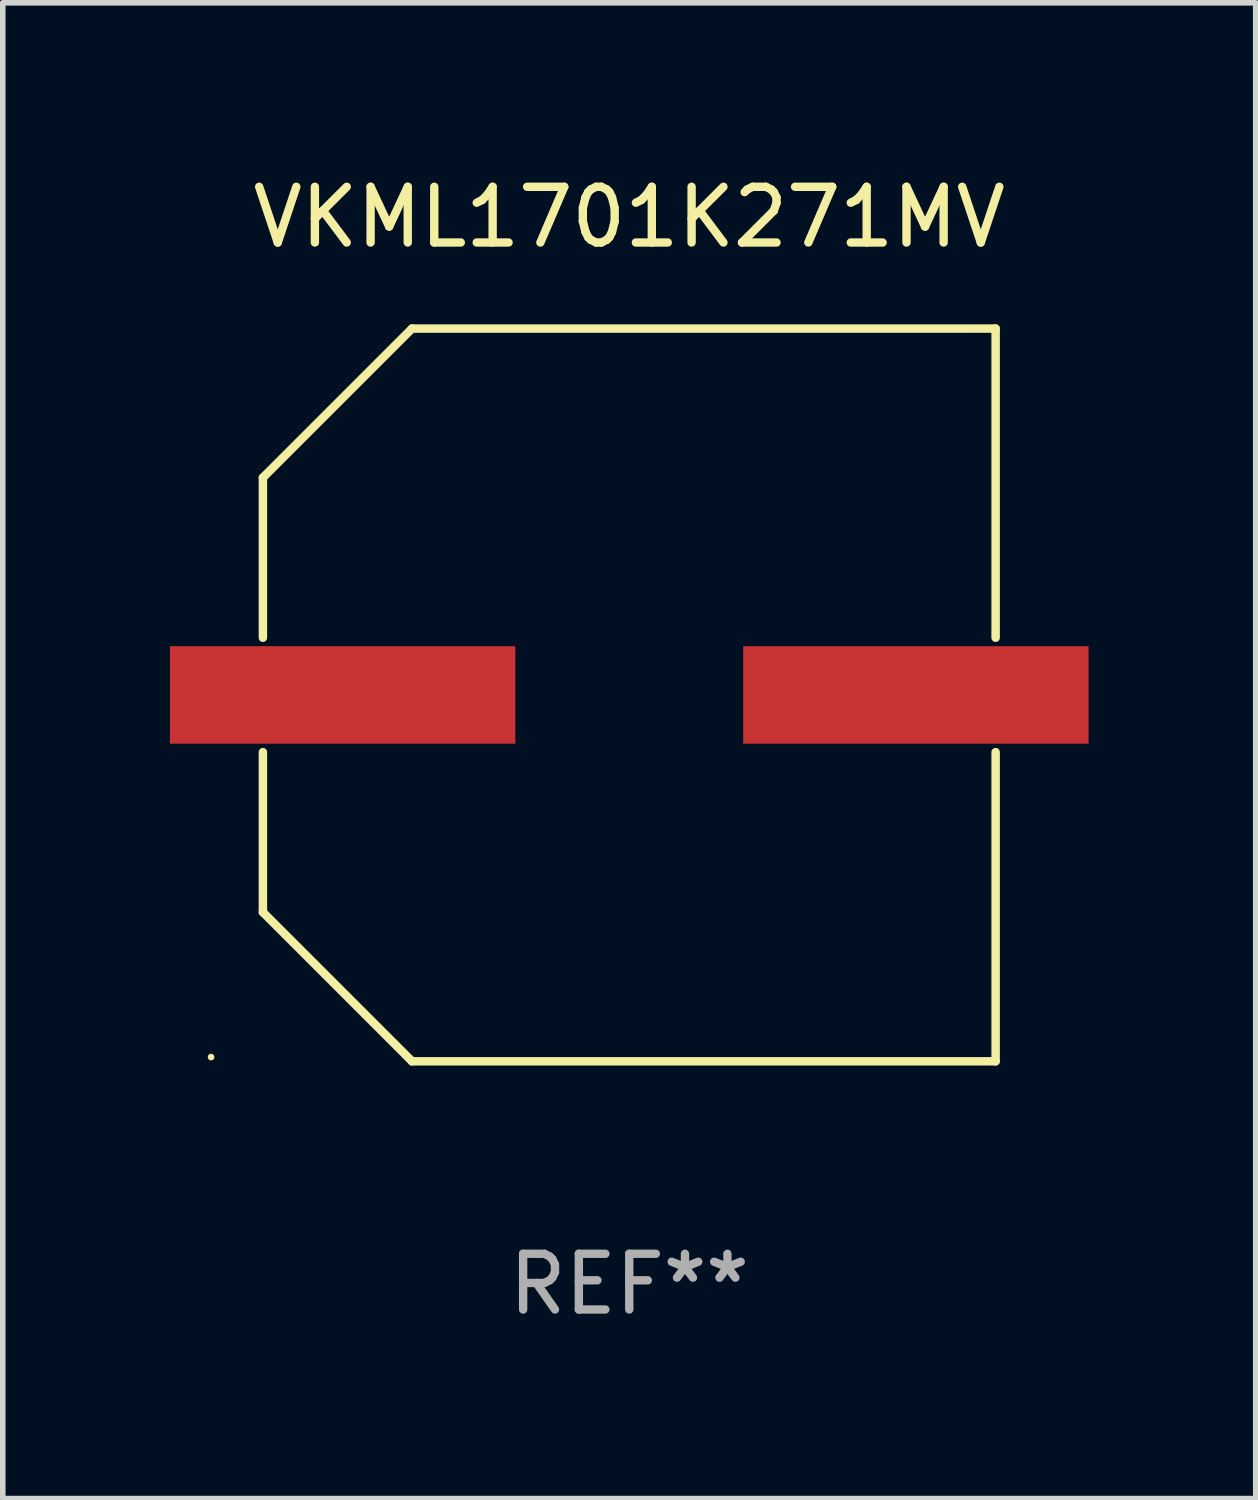
<source format=kicad_pcb>
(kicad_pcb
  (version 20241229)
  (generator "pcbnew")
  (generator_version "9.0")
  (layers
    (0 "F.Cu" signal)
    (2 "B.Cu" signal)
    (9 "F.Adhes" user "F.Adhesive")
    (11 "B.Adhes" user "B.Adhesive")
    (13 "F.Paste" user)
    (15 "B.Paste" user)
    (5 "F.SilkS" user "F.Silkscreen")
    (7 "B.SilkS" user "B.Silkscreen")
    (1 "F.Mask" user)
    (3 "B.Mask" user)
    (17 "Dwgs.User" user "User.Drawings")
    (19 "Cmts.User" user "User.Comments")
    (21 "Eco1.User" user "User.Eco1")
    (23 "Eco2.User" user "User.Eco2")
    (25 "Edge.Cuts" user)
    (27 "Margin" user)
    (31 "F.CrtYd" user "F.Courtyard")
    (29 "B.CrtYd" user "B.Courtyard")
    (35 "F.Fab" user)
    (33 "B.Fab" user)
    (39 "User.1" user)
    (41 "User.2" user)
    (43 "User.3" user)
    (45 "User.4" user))
  (footprint "VKML1701K271MV"
    (layer "F.Cu")
    (at 8.245 9.424)
    (property "Reference" "VKML1701K271MV" (at 0 -8.576 0) (layer "F.SilkS") (effects (font (size 1 1) (thickness 0.15))))
    (attr through_hole)
    (fp_line (start -6.576 -3.9) (end -6.576 -1.027) (stroke (width 0.152) (type solid)) (layer "F.SilkS"))
    (fp_line (start -6.576 3.9) (end -6.576 1.027) (stroke (width 0.152) (type solid)) (layer "F.SilkS"))
    (fp_line (start -3.9 -6.576) (end -6.576 -3.9) (stroke (width 0.152) (type solid)) (layer "F.SilkS"))
    (fp_line (start -3.9 6.576) (end -6.576 3.9) (stroke (width 0.152) (type solid)) (layer "F.SilkS"))
    (fp_line (start 6.576 -6.576) (end -3.9 -6.576) (stroke (width 0.152) (type solid)) (layer "F.SilkS"))
    (fp_line (start 6.576 -1.027) (end 6.576 -6.576) (stroke (width 0.152) (type solid)) (layer "F.SilkS"))
    (fp_line (start 6.576 1.027) (end 6.576 6.576) (stroke (width 0.152) (type solid)) (layer "F.SilkS"))
    (fp_line (start 6.576 6.576) (end -3.9 6.576) (stroke (width 0.152) (type solid)) (layer "F.SilkS"))
    (fp_circle (center -7.506 6.5) (end -7.476 6.5) (stroke (width 0.06) (type solid)) (fill no) (layer "F.SilkS"))
    (fp_text user "REF**" (at 0 10.576 0) (layer "F.Fab") (effects (font (size 1 1) (thickness 0.15))))
    (pad "1" smd rect (at -5.145 0) (size 6.2 1.75) (layers "F.Cu" "F.Mask" "F.Paste"))
    (pad "2" smd rect (at 5.145 0) (size 6.2 1.75) (layers "F.Cu" "F.Mask" "F.Paste")))
  (gr_rect
    (start -3 -3)
    (end 19.49 23.849)
    (stroke (width 0.1) (type default))
    (fill no)
    (layer "Edge.Cuts")))
</source>
